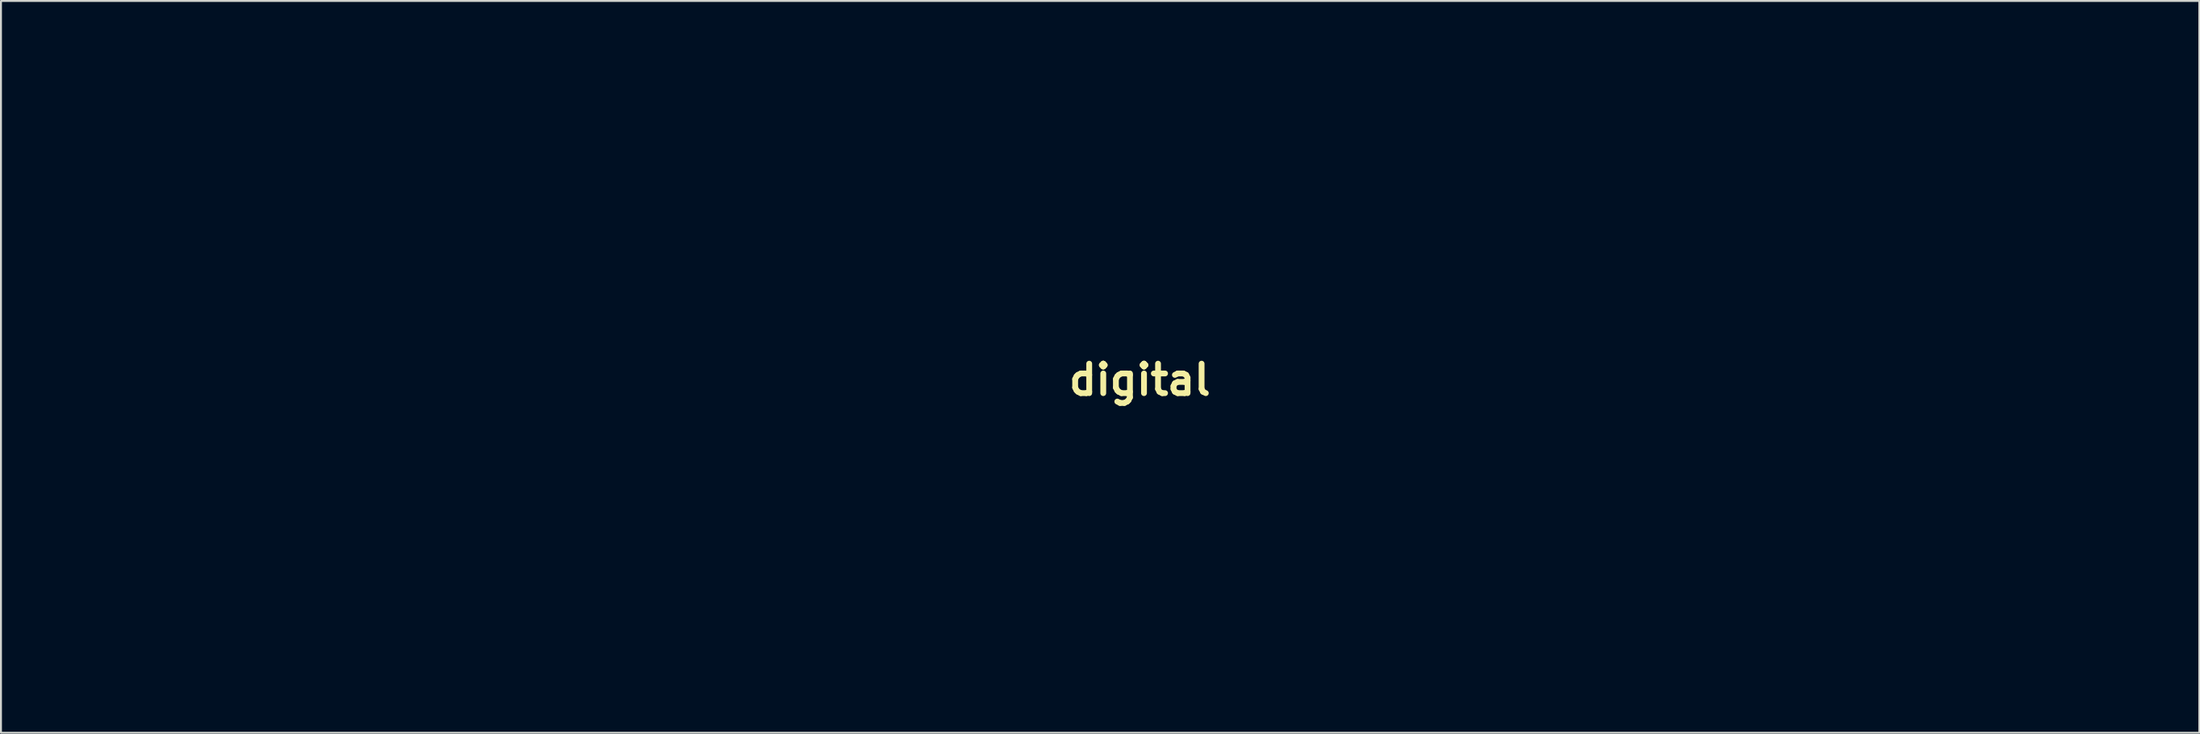
<source format=kicad_pcb>
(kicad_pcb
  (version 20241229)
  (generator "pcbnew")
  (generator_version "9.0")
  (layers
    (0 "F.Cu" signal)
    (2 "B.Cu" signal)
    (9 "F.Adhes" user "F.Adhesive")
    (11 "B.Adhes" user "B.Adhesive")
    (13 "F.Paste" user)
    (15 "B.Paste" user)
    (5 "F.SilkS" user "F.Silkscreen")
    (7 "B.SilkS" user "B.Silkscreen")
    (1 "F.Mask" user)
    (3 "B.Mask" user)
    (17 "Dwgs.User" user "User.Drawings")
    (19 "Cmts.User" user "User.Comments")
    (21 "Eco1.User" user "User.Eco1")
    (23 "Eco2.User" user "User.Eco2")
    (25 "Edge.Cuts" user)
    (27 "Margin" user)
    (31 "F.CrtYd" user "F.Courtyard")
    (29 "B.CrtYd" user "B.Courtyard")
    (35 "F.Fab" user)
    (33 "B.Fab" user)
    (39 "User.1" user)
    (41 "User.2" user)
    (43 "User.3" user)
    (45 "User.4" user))
  (footprint "digital"
    (layer "F.Cu")
    (at 55.838 16.591)
    (property "Reference" "digital" (at 0 0 0) (layer "F.SilkS") (effects (font (size 1.524 1.524) (thickness 0.3))))
    (attr through_hole)
    (fp_poly (pts (xy 44.985 -16.515) (xy 51.736 -16.443) (xy 51.736 15.106) (xy 44.985 15.178) (xy 38.234 15.249) (xy 38.234 -9.091) (xy 43.581 -9.091) (xy 43.581 8.823) (xy 46.255 8.823) (xy 46.255 -9.091) (xy 43.581 -9.091) (xy 38.234 -9.091) (xy 38.234 -16.586) (xy 44.985 -16.515)) (stroke (width 0.01) (type solid)) (fill no) (layer "Eco2.User"))
    (fp_poly (pts (xy 31.116 2.958) (xy 31.194 3.098) (xy 31.263 3.917) (xy 30.995 4.863) (xy 30.464 5.72) (xy 30.183 6) (xy 29.39 6.465) (xy 28.52 6.678) (xy 27.754 6.616) (xy 27.337 6.35) (xy 26.903 5.495) (xy 26.98 4.695) (xy 27.543 3.987) (xy 28.568 3.406) (xy 29.494 3.109) (xy 30.375 2.904) (xy 30.873 2.854) (xy 31.116 2.958)) (stroke (width 0.01) (type solid)) (fill no) (layer "Eco2.User"))
    (fp_poly (pts (xy -26.737 15.24) (xy -40.105 15.24) (xy -40.105 -3.743) (xy -34.758 -3.743) (xy -34.758 8.823) (xy -32.084 8.823) (xy -32.084 -3.743) (xy -34.758 -3.743) (xy -40.105 -3.743) (xy -40.105 -5.615) (xy -34.785 -5.615) (xy -32.058 -5.615) (xy -32.218 -8.689) (xy -34.624 -8.689) (xy -34.704 -7.152) (xy -34.785 -5.615) (xy -40.105 -5.615) (xy -40.105 -16.577) (xy -26.737 -16.577) (xy -26.737 15.24)) (stroke (width 0.01) (type solid)) (fill no) (layer "Eco2.User"))
    (fp_poly (pts (xy -2.072 -16.515) (xy 4.679 -16.443) (xy 4.679 15.106) (xy -2.072 15.178) (xy -8.823 15.249) (xy -8.823 -3.743) (xy -3.476 -3.743) (xy -3.476 8.823) (xy -0.535 8.823) (xy -0.535 -3.743) (xy -3.476 -3.743) (xy -8.823 -3.743) (xy -8.823 -5.615) (xy -3.502 -5.615) (xy -0.508 -5.615) (xy -0.588 -7.152) (xy -0.668 -8.689) (xy -3.342 -8.689) (xy -3.502 -5.615) (xy -8.823 -5.615) (xy -8.823 -16.586) (xy -2.072 -16.515)) (stroke (width 0.01) (type solid)) (fill no) (layer "Eco2.User"))
    (fp_poly (pts (xy -16.614 -0.862) (xy -16.33 -0.645) (xy -15.925 -0.276) (xy -15.681 0.085) (xy -15.557 0.581) (xy -15.513 1.357) (xy -15.507 2.25) (xy -15.524 3.372) (xy -15.594 4.1) (xy -15.749 4.572) (xy -16.019 4.929) (xy -16.122 5.029) (xy -17.11 5.645) (xy -18.174 5.747) (xy -19.17 5.37) (xy -19.915 4.614) (xy -20.373 3.549) (xy -20.536 2.321) (xy -20.394 1.077) (xy -19.94 -0.036) (xy -19.516 -0.578) (xy -18.592 -1.203) (xy -17.617 -1.298) (xy -16.614 -0.862)) (stroke (width 0.01) (type solid)) (fill no) (layer "Eco2.User"))
    (fp_poly (pts (xy -48.497 -1.272) (xy -47.553 -0.78) (xy -47.304 -0.555) (xy -46.925 -0.144) (xy -46.693 0.257) (xy -46.573 0.791) (xy -46.528 1.601) (xy -46.522 2.54) (xy -46.533 3.673) (xy -46.59 4.416) (xy -46.73 4.911) (xy -46.989 5.302) (xy -47.304 5.635) (xy -48.232 6.288) (xy -49.176 6.407) (xy -50.133 5.991) (xy -50.65 5.548) (xy -51.421 4.409) (xy -51.759 3.024) (xy -51.641 1.487) (xy -51.585 1.253) (xy -51.071 0.013) (xy -50.333 -0.843) (xy -49.449 -1.282) (xy -48.497 -1.272)) (stroke (width 0.01) (type solid)) (fill no) (layer "Eco2.User"))
    (fp_poly (pts (xy 20.32 15.24) (xy 6.952 15.24) (xy 6.952 -2.941) (xy 10.427 -2.941) (xy 10.464 -2.252) (xy 10.636 -1.946) (xy 11.038 -1.872) (xy 11.096 -1.872) (xy 11.764 -1.872) (xy 11.764 7.26) (xy 12.559 8.055) (xy 13.069 8.51) (xy 13.556 8.735) (xy 14.227 8.793) (xy 14.899 8.77) (xy 16.443 8.689) (xy 16.525 7.419) (xy 16.606 6.149) (xy 15.665 6.149) (xy 14.858 6.015) (xy 14.447 5.632) (xy 14.343 5.178) (xy 14.257 4.309) (xy 14.197 3.144) (xy 14.171 1.804) (xy 14.171 1.622) (xy 14.171 -1.872) (xy 16.309 -1.872) (xy 16.309 -4.011) (xy 14.171 -4.011) (xy 14.171 -8.556) (xy 11.764 -8.556) (xy 11.764 -6.283) (xy 11.758 -5.183) (xy 11.719 -4.511) (xy 11.616 -4.162) (xy 11.417 -4.031) (xy 11.096 -4.011) (xy 10.665 -3.952) (xy 10.474 -3.677) (xy 10.428 -3.034) (xy 10.427 -2.941) (xy 6.952 -2.941) (xy 6.952 -16.577) (xy 20.32 -16.577) (xy 20.32 15.24)) (stroke (width 0.01) (type solid)) (fill no) (layer "Eco2.User"))
    (fp_poly (pts (xy -42.378 15.106) (xy -49.002 15.178) (xy -51.157 15.195) (xy -52.829 15.194) (xy -54.07 15.171) (xy -54.931 15.126) (xy -55.463 15.056) (xy -55.719 14.958) (xy -55.755 14.91) (xy -55.778 14.588) (xy -55.797 13.779) (xy -55.812 12.532) (xy -55.823 10.895) (xy -55.83 8.918) (xy -55.833 6.647) (xy -55.831 4.132) (xy -55.829 3.16) (xy -54.43 3.16) (xy -54.158 4.839) (xy -53.534 6.517) (xy -52.641 7.838) (xy -51.54 8.766) (xy -50.287 9.267) (xy -48.942 9.305) (xy -47.564 8.845) (xy -47.521 8.823) (xy -46.916 8.554) (xy -46.561 8.502) (xy -46.522 8.555) (xy -46.28 8.702) (xy -45.657 8.799) (xy -45.052 8.823) (xy -43.581 8.823) (xy -43.581 -8.851) (xy -46.388 -8.689) (xy -46.465 -5.916) (xy -46.503 -4.681) (xy -46.548 -3.901) (xy -46.622 -3.497) (xy -46.744 -3.391) (xy -46.935 -3.502) (xy -47.064 -3.616) (xy -47.878 -4.045) (xy -48.973 -4.225) (xy -50.152 -4.147) (xy -51.218 -3.802) (xy -51.221 -3.801) (xy -52.23 -3.185) (xy -52.951 -2.449) (xy -53.547 -1.414) (xy -53.708 -1.06) (xy -54.324 1.002) (xy -54.43 3.16) (xy -55.829 3.16) (xy -55.825 1.421) (xy -55.816 -0.936) (xy -55.746 -16.443) (xy -42.378 -16.443) (xy -42.378 15.106)) (stroke (width 0.01) (type solid)) (fill no) (layer "Eco2.User"))
    (fp_poly (pts (xy 36.099 15.24) (xy 29.404 15.24) (xy 27.216 15.234) (xy 25.513 15.213) (xy 24.249 15.175) (xy 23.375 15.118) (xy 22.842 15.039) (xy 22.602 14.937) (xy 22.582 14.906) (xy 22.56 14.584) (xy 22.541 13.776) (xy 22.526 12.53) (xy 22.515 10.894) (xy 22.508 8.917) (xy 22.506 6.647) (xy 22.506 5.978) (xy 24.272 5.978) (xy 24.615 7.164) (xy 25.042 7.81) (xy 26.085 8.602) (xy 27.371 9.005) (xy 28.753 8.996) (xy 30.022 8.585) (xy 30.663 8.295) (xy 30.958 8.281) (xy 31.015 8.451) (xy 31.186 8.686) (xy 31.753 8.802) (xy 32.418 8.823) (xy 33.822 8.824) (xy 33.739 3.565) (xy 33.696 1.514) (xy 33.628 -0.073) (xy 33.518 -1.263) (xy 33.348 -2.128) (xy 33.102 -2.736) (xy 32.761 -3.157) (xy 32.309 -3.461) (xy 31.941 -3.631) (xy 30.874 -3.906) (xy 29.567 -4.005) (xy 28.238 -3.931) (xy 27.11 -3.688) (xy 26.76 -3.542) (xy 25.875 -2.833) (xy 25.203 -1.817) (xy 24.877 -0.709) (xy 24.865 -0.472) (xy 24.914 0.003) (xy 25.163 0.214) (xy 25.763 0.267) (xy 25.931 0.267) (xy 26.651 0.215) (xy 27.056 -0.033) (xy 27.365 -0.612) (xy 27.373 -0.632) (xy 27.913 -1.373) (xy 28.675 -1.763) (xy 29.525 -1.825) (xy 30.329 -1.579) (xy 30.955 -1.046) (xy 31.268 -0.248) (xy 31.282 -0.015) (xy 31.145 0.176) (xy 30.693 0.41) (xy 29.867 0.713) (xy 28.607 1.107) (xy 27.919 1.309) (xy 26.871 1.674) (xy 25.941 2.103) (xy 25.331 2.503) (xy 25.33 2.504) (xy 24.639 3.476) (xy 24.283 4.692) (xy 24.272 5.978) (xy 22.506 5.978) (xy 22.508 4.132) (xy 22.514 1.422) (xy 22.523 -0.936) (xy 22.593 -16.443) (xy 35.961 -16.443) (xy 36.099 15.24)) (stroke (width 0.01) (type solid)) (fill no) (layer "Eco2.User"))
    (fp_poly (pts (xy -10.962 15.24) (xy -17.655 15.24) (xy -19.843 15.234) (xy -21.545 15.213) (xy -22.809 15.175) (xy -23.683 15.118) (xy -24.215 15.039) (xy -24.455 14.937) (xy -24.475 14.906) (xy -24.497 14.584) (xy -24.516 13.776) (xy -24.531 12.53) (xy -24.542 10.894) (xy -24.549 8.917) (xy -24.551 6.647) (xy -24.549 4.132) (xy -24.545 2.245) (xy -23.081 2.245) (xy -22.913 4.156) (xy -22.346 5.719) (xy -21.373 6.944) (xy -20.865 7.346) (xy -19.472 8.049) (xy -18.094 8.225) (xy -16.751 7.871) (xy -16.589 7.792) (xy -15.507 7.228) (xy -15.507 8.003) (xy -15.612 8.978) (xy -15.988 9.62) (xy -16.596 10.036) (xy -17.509 10.338) (xy -18.42 10.366) (xy -19.191 10.151) (xy -19.682 9.722) (xy -19.785 9.339) (xy -20.027 9.203) (xy -20.651 9.113) (xy -21.256 9.091) (xy -22.166 9.126) (xy -22.611 9.297) (xy -22.657 9.697) (xy -22.372 10.423) (xy -22.303 10.571) (xy -21.547 11.564) (xy -20.395 12.206) (xy -18.857 12.493) (xy -17.746 12.492) (xy -16.322 12.328) (xy -15.274 12.002) (xy -14.9 11.802) (xy -14.34 11.443) (xy -13.9 11.095) (xy -13.565 10.691) (xy -13.319 10.162) (xy -13.147 9.443) (xy -13.033 8.466) (xy -12.962 7.164) (xy -12.919 5.47) (xy -12.888 3.316) (xy -12.884 3.008) (xy -12.8 -3.743) (xy -14.029 -3.743) (xy -14.951 -3.657) (xy -15.386 -3.397) (xy -15.406 -3.354) (xy -15.576 -3.144) (xy -15.921 -3.192) (xy -16.53 -3.488) (xy -17.523 -3.905) (xy -18.439 -3.974) (xy -19.532 -3.711) (xy -19.545 -3.707) (xy -20.907 -2.983) (xy -21.96 -1.848) (xy -22.68 -0.343) (xy -23.043 1.488) (xy -23.081 2.245) (xy -24.545 2.245) (xy -24.543 1.422) (xy -24.534 -0.936) (xy -24.464 -16.443) (xy -10.962 -16.586) (xy -10.962 15.24)) (stroke (width 0.01) (type solid)) (fill no) (layer "Eco2.User")))
  (gr_rect
    (start -3 -3)
    (end 110.579 34.845)
    (stroke (width 0.1) (type default))
    (fill no)
    (layer "Edge.Cuts")))
</source>
